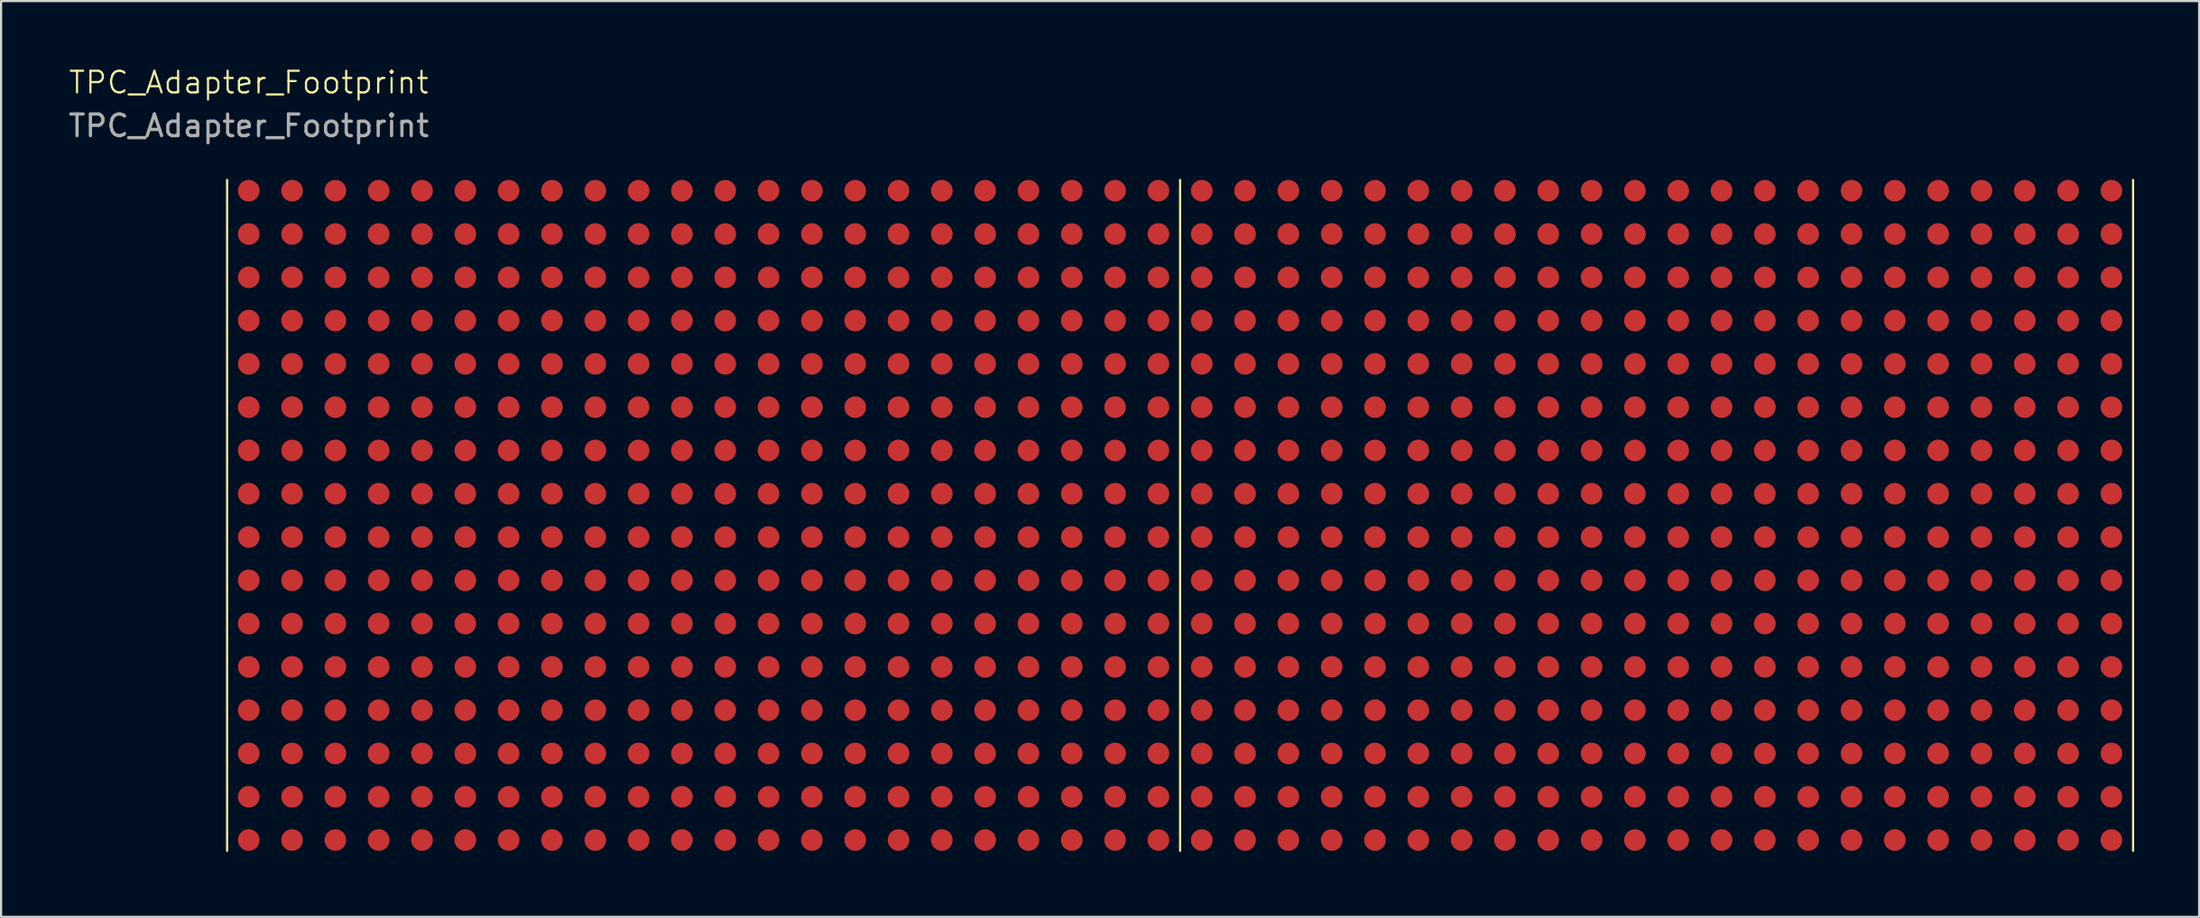
<source format=kicad_pcb>
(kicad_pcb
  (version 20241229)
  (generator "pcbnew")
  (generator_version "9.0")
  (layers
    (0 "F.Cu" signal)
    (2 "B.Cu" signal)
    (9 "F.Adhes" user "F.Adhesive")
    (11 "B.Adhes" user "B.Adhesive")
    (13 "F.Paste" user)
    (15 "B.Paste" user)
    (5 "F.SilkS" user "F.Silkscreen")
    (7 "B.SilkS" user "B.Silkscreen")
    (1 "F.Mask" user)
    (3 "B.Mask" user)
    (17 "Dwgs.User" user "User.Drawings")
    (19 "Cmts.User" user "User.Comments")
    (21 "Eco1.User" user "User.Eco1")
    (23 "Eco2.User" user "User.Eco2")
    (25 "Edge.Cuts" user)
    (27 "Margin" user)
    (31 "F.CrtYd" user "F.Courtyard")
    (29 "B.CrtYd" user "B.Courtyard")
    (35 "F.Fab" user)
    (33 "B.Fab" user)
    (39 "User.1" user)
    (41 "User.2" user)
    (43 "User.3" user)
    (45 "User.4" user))
  (footprint "TPC_Adapter_Footprint"
    (layer "F.Cu")
    (at 8.435 4.261)
    (property "Reference" "TPC_Adapter_Footprint" (at 0 -3.5 0) (unlocked yes) (layer "F.SilkS") (effects (font (size 1 1) (thickness 0.1))))
    (attr smd)
    (fp_line (start -1 1) (end -1 32) (stroke (width 0.1) (type default)) (layer "F.SilkS"))
    (fp_line (start 43 1) (end 43 32) (stroke (width 0.1) (type default)) (layer "F.SilkS"))
    (fp_line (start 87 1) (end 87 32) (stroke (width 0.1) (type default)) (layer "F.SilkS"))
    (fp_circle (center 0 0) (end 1.5 0) (stroke (width 0.1) (type dot)) (fill no) (layer "Margin"))
    (fp_text user "${REFERENCE}" (at 0 -1.5 0) (unlocked yes) (layer "F.Fab") (effects (font (size 1 1) (thickness 0.15))))
    (pad "1" smd circle (at 0 1.5) (size 1 1) (layers "F.Cu" "F.Mask" "F.Paste"))
    (pad "2" smd circle (at 0 3.5) (size 1 1) (layers "F.Cu" "F.Mask" "F.Paste"))
    (pad "3" smd circle (at 0 5.5) (size 1 1) (layers "F.Cu" "F.Mask" "F.Paste"))
    (pad "4" smd circle (at 0 7.5) (size 1 1) (layers "F.Cu" "F.Mask" "F.Paste"))
    (pad "5" smd circle (at 0 9.5) (size 1 1) (layers "F.Cu" "F.Mask" "F.Paste"))
    (pad "6" smd circle (at 0 11.5) (size 1 1) (layers "F.Cu" "F.Mask" "F.Paste"))
    (pad "7" smd circle (at 0 13.5) (size 1 1) (layers "F.Cu" "F.Mask" "F.Paste"))
    (pad "8" smd circle (at 0 15.5) (size 1 1) (layers "F.Cu" "F.Mask" "F.Paste"))
    (pad "9" smd circle (at 0 17.5) (size 1 1) (layers "F.Cu" "F.Mask" "F.Paste"))
    (pad "10" smd circle (at 0 19.5) (size 1 1) (layers "F.Cu" "F.Mask" "F.Paste"))
    (pad "11" smd circle (at 0 21.5) (size 1 1) (layers "F.Cu" "F.Mask" "F.Paste"))
    (pad "12" smd circle (at 0 23.5) (size 1 1) (layers "F.Cu" "F.Mask" "F.Paste"))
    (pad "13" smd circle (at 0 25.5) (size 1 1) (layers "F.Cu" "F.Mask" "F.Paste"))
    (pad "14" smd circle (at 0 27.5) (size 1 1) (layers "F.Cu" "F.Mask" "F.Paste"))
    (pad "15" smd circle (at 0 29.5) (size 1 1) (layers "F.Cu" "F.Mask" "F.Paste"))
    (pad "16" smd circle (at 0 31.5) (size 1 1) (layers "F.Cu" "F.Mask" "F.Paste"))
    (pad "17" smd circle (at 2 1.5) (size 1 1) (layers "F.Cu" "F.Mask" "F.Paste"))
    (pad "18" smd circle (at 2 3.5) (size 1 1) (layers "F.Cu" "F.Mask" "F.Paste"))
    (pad "19" smd circle (at 2 5.5) (size 1 1) (layers "F.Cu" "F.Mask" "F.Paste"))
    (pad "20" smd circle (at 2 7.5) (size 1 1) (layers "F.Cu" "F.Mask" "F.Paste"))
    (pad "21" smd circle (at 2 9.5) (size 1 1) (layers "F.Cu" "F.Mask" "F.Paste"))
    (pad "22" smd circle (at 2 11.5) (size 1 1) (layers "F.Cu" "F.Mask" "F.Paste"))
    (pad "23" smd circle (at 2 13.5) (size 1 1) (layers "F.Cu" "F.Mask" "F.Paste"))
    (pad "24" smd circle (at 2 15.5) (size 1 1) (layers "F.Cu" "F.Mask" "F.Paste"))
    (pad "25" smd circle (at 2 17.5) (size 1 1) (layers "F.Cu" "F.Mask" "F.Paste"))
    (pad "26" smd circle (at 2 19.5) (size 1 1) (layers "F.Cu" "F.Mask" "F.Paste"))
    (pad "27" smd circle (at 2 21.5) (size 1 1) (layers "F.Cu" "F.Mask" "F.Paste"))
    (pad "28" smd circle (at 2 23.5) (size 1 1) (layers "F.Cu" "F.Mask" "F.Paste"))
    (pad "29" smd circle (at 2 25.5) (size 1 1) (layers "F.Cu" "F.Mask" "F.Paste"))
    (pad "30" smd circle (at 2 27.5) (size 1 1) (layers "F.Cu" "F.Mask" "F.Paste"))
    (pad "31" smd circle (at 2 29.5) (size 1 1) (layers "F.Cu" "F.Mask" "F.Paste"))
    (pad "32" smd circle (at 2 31.5) (size 1 1) (layers "F.Cu" "F.Mask" "F.Paste"))
    (pad "33" smd circle (at 4 1.5) (size 1 1) (layers "F.Cu" "F.Mask" "F.Paste"))
    (pad "34" smd circle (at 4 3.5) (size 1 1) (layers "F.Cu" "F.Mask" "F.Paste"))
    (pad "35" smd circle (at 4 5.5) (size 1 1) (layers "F.Cu" "F.Mask" "F.Paste"))
    (pad "36" smd circle (at 4 7.5) (size 1 1) (layers "F.Cu" "F.Mask" "F.Paste"))
    (pad "37" smd circle (at 4 9.5) (size 1 1) (layers "F.Cu" "F.Mask" "F.Paste"))
    (pad "38" smd circle (at 4 11.5) (size 1 1) (layers "F.Cu" "F.Mask" "F.Paste"))
    (pad "39" smd circle (at 4 13.5) (size 1 1) (layers "F.Cu" "F.Mask" "F.Paste"))
    (pad "40" smd circle (at 4 15.5) (size 1 1) (layers "F.Cu" "F.Mask" "F.Paste"))
    (pad "41" smd circle (at 4 17.5) (size 1 1) (layers "F.Cu" "F.Mask" "F.Paste"))
    (pad "42" smd circle (at 4 19.5) (size 1 1) (layers "F.Cu" "F.Mask" "F.Paste"))
    (pad "43" smd circle (at 4 21.5) (size 1 1) (layers "F.Cu" "F.Mask" "F.Paste"))
    (pad "44" smd circle (at 4 23.5) (size 1 1) (layers "F.Cu" "F.Mask" "F.Paste"))
    (pad "45" smd circle (at 4 25.5) (size 1 1) (layers "F.Cu" "F.Mask" "F.Paste"))
    (pad "46" smd circle (at 4 27.5) (size 1 1) (layers "F.Cu" "F.Mask" "F.Paste"))
    (pad "47" smd circle (at 4 29.5) (size 1 1) (layers "F.Cu" "F.Mask" "F.Paste"))
    (pad "48" smd circle (at 4 31.5) (size 1 1) (layers "F.Cu" "F.Mask" "F.Paste"))
    (pad "49" smd circle (at 6 1.5) (size 1 1) (layers "F.Cu" "F.Mask" "F.Paste"))
    (pad "50" smd circle (at 6 3.5) (size 1 1) (layers "F.Cu" "F.Mask" "F.Paste"))
    (pad "51" smd circle (at 6 5.5) (size 1 1) (layers "F.Cu" "F.Mask" "F.Paste"))
    (pad "52" smd circle (at 6 7.5) (size 1 1) (layers "F.Cu" "F.Mask" "F.Paste"))
    (pad "53" smd circle (at 6 9.5) (size 1 1) (layers "F.Cu" "F.Mask" "F.Paste"))
    (pad "54" smd circle (at 6 11.5) (size 1 1) (layers "F.Cu" "F.Mask" "F.Paste"))
    (pad "55" smd circle (at 6 13.5) (size 1 1) (layers "F.Cu" "F.Mask" "F.Paste"))
    (pad "56" smd circle (at 6 15.5) (size 1 1) (layers "F.Cu" "F.Mask" "F.Paste"))
    (pad "57" smd circle (at 6 17.5) (size 1 1) (layers "F.Cu" "F.Mask" "F.Paste"))
    (pad "58" smd circle (at 6 19.5) (size 1 1) (layers "F.Cu" "F.Mask" "F.Paste"))
    (pad "59" smd circle (at 6 21.5) (size 1 1) (layers "F.Cu" "F.Mask" "F.Paste"))
    (pad "60" smd circle (at 6 23.5) (size 1 1) (layers "F.Cu" "F.Mask" "F.Paste"))
    (pad "61" smd circle (at 6 25.5) (size 1 1) (layers "F.Cu" "F.Mask" "F.Paste"))
    (pad "62" smd circle (at 6 27.5) (size 1 1) (layers "F.Cu" "F.Mask" "F.Paste"))
    (pad "63" smd circle (at 6 29.5) (size 1 1) (layers "F.Cu" "F.Mask" "F.Paste"))
    (pad "64" smd circle (at 6 31.5) (size 1 1) (layers "F.Cu" "F.Mask" "F.Paste"))
    (pad "65" smd circle (at 8 1.5) (size 1 1) (layers "F.Cu" "F.Mask" "F.Paste"))
    (pad "66" smd circle (at 8 3.5) (size 1 1) (layers "F.Cu" "F.Mask" "F.Paste"))
    (pad "67" smd circle (at 8 5.5) (size 1 1) (layers "F.Cu" "F.Mask" "F.Paste"))
    (pad "68" smd circle (at 8 7.5) (size 1 1) (layers "F.Cu" "F.Mask" "F.Paste"))
    (pad "69" smd circle (at 8 9.5) (size 1 1) (layers "F.Cu" "F.Mask" "F.Paste"))
    (pad "70" smd circle (at 8 11.5) (size 1 1) (layers "F.Cu" "F.Mask" "F.Paste"))
    (pad "71" smd circle (at 8 13.5) (size 1 1) (layers "F.Cu" "F.Mask" "F.Paste"))
    (pad "72" smd circle (at 8 15.5) (size 1 1) (layers "F.Cu" "F.Mask" "F.Paste"))
    (pad "73" smd circle (at 8 17.5) (size 1 1) (layers "F.Cu" "F.Mask" "F.Paste"))
    (pad "74" smd circle (at 8 19.5) (size 1 1) (layers "F.Cu" "F.Mask" "F.Paste"))
    (pad "75" smd circle (at 8 21.5) (size 1 1) (layers "F.Cu" "F.Mask" "F.Paste"))
    (pad "76" smd circle (at 8 23.5) (size 1 1) (layers "F.Cu" "F.Mask" "F.Paste"))
    (pad "77" smd circle (at 8 25.5) (size 1 1) (layers "F.Cu" "F.Mask" "F.Paste"))
    (pad "78" smd circle (at 8 27.5) (size 1 1) (layers "F.Cu" "F.Mask" "F.Paste"))
    (pad "79" smd circle (at 8 29.5) (size 1 1) (layers "F.Cu" "F.Mask" "F.Paste"))
    (pad "80" smd circle (at 8 31.5) (size 1 1) (layers "F.Cu" "F.Mask" "F.Paste"))
    (pad "81" smd circle (at 10 1.5) (size 1 1) (layers "F.Cu" "F.Mask" "F.Paste"))
    (pad "82" smd circle (at 10 3.5) (size 1 1) (layers "F.Cu" "F.Mask" "F.Paste"))
    (pad "83" smd circle (at 10 5.5) (size 1 1) (layers "F.Cu" "F.Mask" "F.Paste"))
    (pad "84" smd circle (at 10 7.5) (size 1 1) (layers "F.Cu" "F.Mask" "F.Paste"))
    (pad "85" smd circle (at 10 9.5) (size 1 1) (layers "F.Cu" "F.Mask" "F.Paste"))
    (pad "86" smd circle (at 10 11.5) (size 1 1) (layers "F.Cu" "F.Mask" "F.Paste"))
    (pad "87" smd circle (at 10 13.5) (size 1 1) (layers "F.Cu" "F.Mask" "F.Paste"))
    (pad "88" smd circle (at 10 15.5) (size 1 1) (layers "F.Cu" "F.Mask" "F.Paste"))
    (pad "89" smd circle (at 10 17.5) (size 1 1) (layers "F.Cu" "F.Mask" "F.Paste"))
    (pad "90" smd circle (at 10 19.5) (size 1 1) (layers "F.Cu" "F.Mask" "F.Paste"))
    (pad "91" smd circle (at 10 21.5) (size 1 1) (layers "F.Cu" "F.Mask" "F.Paste"))
    (pad "92" smd circle (at 10 23.5) (size 1 1) (layers "F.Cu" "F.Mask" "F.Paste"))
    (pad "93" smd circle (at 10 25.5) (size 1 1) (layers "F.Cu" "F.Mask" "F.Paste"))
    (pad "94" smd circle (at 10 27.5) (size 1 1) (layers "F.Cu" "F.Mask" "F.Paste"))
    (pad "95" smd circle (at 10 29.5) (size 1 1) (layers "F.Cu" "F.Mask" "F.Paste"))
    (pad "96" smd circle (at 10 31.5) (size 1 1) (layers "F.Cu" "F.Mask" "F.Paste"))
    (pad "97" smd circle (at 12 1.5) (size 1 1) (layers "F.Cu" "F.Mask" "F.Paste"))
    (pad "98" smd circle (at 12 3.5) (size 1 1) (layers "F.Cu" "F.Mask" "F.Paste"))
    (pad "99" smd circle (at 12 5.5) (size 1 1) (layers "F.Cu" "F.Mask" "F.Paste"))
    (pad "100" smd circle (at 12 7.5) (size 1 1) (layers "F.Cu" "F.Mask" "F.Paste"))
    (pad "101" smd circle (at 12 9.5) (size 1 1) (layers "F.Cu" "F.Mask" "F.Paste"))
    (pad "102" smd circle (at 12 11.5) (size 1 1) (layers "F.Cu" "F.Mask" "F.Paste"))
    (pad "103" smd circle (at 12 13.5) (size 1 1) (layers "F.Cu" "F.Mask" "F.Paste"))
    (pad "104" smd circle (at 12 15.5) (size 1 1) (layers "F.Cu" "F.Mask" "F.Paste"))
    (pad "105" smd circle (at 12 17.5) (size 1 1) (layers "F.Cu" "F.Mask" "F.Paste"))
    (pad "106" smd circle (at 12 19.5) (size 1 1) (layers "F.Cu" "F.Mask" "F.Paste"))
    (pad "107" smd circle (at 12 21.5) (size 1 1) (layers "F.Cu" "F.Mask" "F.Paste"))
    (pad "108" smd circle (at 12 23.5) (size 1 1) (layers "F.Cu" "F.Mask" "F.Paste"))
    (pad "109" smd circle (at 12 25.5) (size 1 1) (layers "F.Cu" "F.Mask" "F.Paste"))
    (pad "110" smd circle (at 12 27.5) (size 1 1) (layers "F.Cu" "F.Mask" "F.Paste"))
    (pad "111" smd circle (at 12 29.5) (size 1 1) (layers "F.Cu" "F.Mask" "F.Paste"))
    (pad "112" smd circle (at 12 31.5) (size 1 1) (layers "F.Cu" "F.Mask" "F.Paste"))
    (pad "113" smd circle (at 14 1.5) (size 1 1) (layers "F.Cu" "F.Mask" "F.Paste"))
    (pad "114" smd circle (at 14 3.5) (size 1 1) (layers "F.Cu" "F.Mask" "F.Paste"))
    (pad "115" smd circle (at 14 5.5) (size 1 1) (layers "F.Cu" "F.Mask" "F.Paste"))
    (pad "116" smd circle (at 14 7.5) (size 1 1) (layers "F.Cu" "F.Mask" "F.Paste"))
    (pad "117" smd circle (at 14 9.5) (size 1 1) (layers "F.Cu" "F.Mask" "F.Paste"))
    (pad "118" smd circle (at 14 11.5) (size 1 1) (layers "F.Cu" "F.Mask" "F.Paste"))
    (pad "119" smd circle (at 14 13.5) (size 1 1) (layers "F.Cu" "F.Mask" "F.Paste"))
    (pad "120" smd circle (at 14 15.5) (size 1 1) (layers "F.Cu" "F.Mask" "F.Paste"))
    (pad "121" smd circle (at 14 17.5) (size 1 1) (layers "F.Cu" "F.Mask" "F.Paste"))
    (pad "122" smd circle (at 14 19.5) (size 1 1) (layers "F.Cu" "F.Mask" "F.Paste"))
    (pad "123" smd circle (at 14 21.5) (size 1 1) (layers "F.Cu" "F.Mask" "F.Paste"))
    (pad "124" smd circle (at 14 23.5) (size 1 1) (layers "F.Cu" "F.Mask" "F.Paste"))
    (pad "125" smd circle (at 14 25.5) (size 1 1) (layers "F.Cu" "F.Mask" "F.Paste"))
    (pad "126" smd circle (at 14 27.5) (size 1 1) (layers "F.Cu" "F.Mask" "F.Paste"))
    (pad "127" smd circle (at 14 29.5) (size 1 1) (layers "F.Cu" "F.Mask" "F.Paste"))
    (pad "128" smd circle (at 14 31.5) (size 1 1) (layers "F.Cu" "F.Mask" "F.Paste"))
    (pad "129" smd circle (at 16 1.5) (size 1 1) (layers "F.Cu" "F.Mask" "F.Paste"))
    (pad "130" smd circle (at 16 3.5) (size 1 1) (layers "F.Cu" "F.Mask" "F.Paste"))
    (pad "131" smd circle (at 16 5.5) (size 1 1) (layers "F.Cu" "F.Mask" "F.Paste"))
    (pad "132" smd circle (at 16 7.5) (size 1 1) (layers "F.Cu" "F.Mask" "F.Paste"))
    (pad "133" smd circle (at 16 9.5) (size 1 1) (layers "F.Cu" "F.Mask" "F.Paste"))
    (pad "134" smd circle (at 16 11.5) (size 1 1) (layers "F.Cu" "F.Mask" "F.Paste"))
    (pad "135" smd circle (at 16 13.5) (size 1 1) (layers "F.Cu" "F.Mask" "F.Paste"))
    (pad "136" smd circle (at 16 15.5) (size 1 1) (layers "F.Cu" "F.Mask" "F.Paste"))
    (pad "137" smd circle (at 16 17.5) (size 1 1) (layers "F.Cu" "F.Mask" "F.Paste"))
    (pad "138" smd circle (at 16 19.5) (size 1 1) (layers "F.Cu" "F.Mask" "F.Paste"))
    (pad "139" smd circle (at 16 21.5) (size 1 1) (layers "F.Cu" "F.Mask" "F.Paste"))
    (pad "140" smd circle (at 16 23.5) (size 1 1) (layers "F.Cu" "F.Mask" "F.Paste"))
    (pad "141" smd circle (at 16 25.5) (size 1 1) (layers "F.Cu" "F.Mask" "F.Paste"))
    (pad "142" smd circle (at 16 27.5) (size 1 1) (layers "F.Cu" "F.Mask" "F.Paste"))
    (pad "143" smd circle (at 16 29.5) (size 1 1) (layers "F.Cu" "F.Mask" "F.Paste"))
    (pad "144" smd circle (at 16 31.5) (size 1 1) (layers "F.Cu" "F.Mask" "F.Paste"))
    (pad "145" smd circle (at 18 1.5) (size 1 1) (layers "F.Cu" "F.Mask" "F.Paste"))
    (pad "146" smd circle (at 18 3.5) (size 1 1) (layers "F.Cu" "F.Mask" "F.Paste"))
    (pad "147" smd circle (at 18 5.5) (size 1 1) (layers "F.Cu" "F.Mask" "F.Paste"))
    (pad "148" smd circle (at 18 7.5) (size 1 1) (layers "F.Cu" "F.Mask" "F.Paste"))
    (pad "149" smd circle (at 18 9.5) (size 1 1) (layers "F.Cu" "F.Mask" "F.Paste"))
    (pad "150" smd circle (at 18 11.5) (size 1 1) (layers "F.Cu" "F.Mask" "F.Paste"))
    (pad "151" smd circle (at 18 13.5) (size 1 1) (layers "F.Cu" "F.Mask" "F.Paste"))
    (pad "152" smd circle (at 18 15.5) (size 1 1) (layers "F.Cu" "F.Mask" "F.Paste"))
    (pad "153" smd circle (at 18 17.5) (size 1 1) (layers "F.Cu" "F.Mask" "F.Paste"))
    (pad "154" smd circle (at 18 19.5) (size 1 1) (layers "F.Cu" "F.Mask" "F.Paste"))
    (pad "155" smd circle (at 18 21.5) (size 1 1) (layers "F.Cu" "F.Mask" "F.Paste"))
    (pad "156" smd circle (at 18 23.5) (size 1 1) (layers "F.Cu" "F.Mask" "F.Paste"))
    (pad "157" smd circle (at 18 25.5) (size 1 1) (layers "F.Cu" "F.Mask" "F.Paste"))
    (pad "158" smd circle (at 18 27.5) (size 1 1) (layers "F.Cu" "F.Mask" "F.Paste"))
    (pad "159" smd circle (at 18 29.5) (size 1 1) (layers "F.Cu" "F.Mask" "F.Paste"))
    (pad "160" smd circle (at 18 31.5) (size 1 1) (layers "F.Cu" "F.Mask" "F.Paste"))
    (pad "161" smd circle (at 20 1.5) (size 1 1) (layers "F.Cu" "F.Mask" "F.Paste"))
    (pad "162" smd circle (at 20 3.5) (size 1 1) (layers "F.Cu" "F.Mask" "F.Paste"))
    (pad "163" smd circle (at 20 5.5) (size 1 1) (layers "F.Cu" "F.Mask" "F.Paste"))
    (pad "164" smd circle (at 20 7.5) (size 1 1) (layers "F.Cu" "F.Mask" "F.Paste"))
    (pad "165" smd circle (at 20 9.5) (size 1 1) (layers "F.Cu" "F.Mask" "F.Paste"))
    (pad "166" smd circle (at 20 11.5) (size 1 1) (layers "F.Cu" "F.Mask" "F.Paste"))
    (pad "167" smd circle (at 20 13.5) (size 1 1) (layers "F.Cu" "F.Mask" "F.Paste"))
    (pad "168" smd circle (at 20 15.5) (size 1 1) (layers "F.Cu" "F.Mask" "F.Paste"))
    (pad "169" smd circle (at 20 17.5) (size 1 1) (layers "F.Cu" "F.Mask" "F.Paste"))
    (pad "170" smd circle (at 20 19.5) (size 1 1) (layers "F.Cu" "F.Mask" "F.Paste"))
    (pad "171" smd circle (at 20 21.5) (size 1 1) (layers "F.Cu" "F.Mask" "F.Paste"))
    (pad "172" smd circle (at 20 23.5) (size 1 1) (layers "F.Cu" "F.Mask" "F.Paste"))
    (pad "173" smd circle (at 20 25.5) (size 1 1) (layers "F.Cu" "F.Mask" "F.Paste"))
    (pad "174" smd circle (at 20 27.5) (size 1 1) (layers "F.Cu" "F.Mask" "F.Paste"))
    (pad "175" smd circle (at 20 29.5) (size 1 1) (layers "F.Cu" "F.Mask" "F.Paste"))
    (pad "176" smd circle (at 20 31.5) (size 1 1) (layers "F.Cu" "F.Mask" "F.Paste"))
    (pad "177" smd circle (at 22 1.5) (size 1 1) (layers "F.Cu" "F.Mask" "F.Paste"))
    (pad "178" smd circle (at 22 3.5) (size 1 1) (layers "F.Cu" "F.Mask" "F.Paste"))
    (pad "179" smd circle (at 22 5.5) (size 1 1) (layers "F.Cu" "F.Mask" "F.Paste"))
    (pad "180" smd circle (at 22 7.5) (size 1 1) (layers "F.Cu" "F.Mask" "F.Paste"))
    (pad "181" smd circle (at 22 9.5) (size 1 1) (layers "F.Cu" "F.Mask" "F.Paste"))
    (pad "182" smd circle (at 22 11.5) (size 1 1) (layers "F.Cu" "F.Mask" "F.Paste"))
    (pad "183" smd circle (at 22 13.5) (size 1 1) (layers "F.Cu" "F.Mask" "F.Paste"))
    (pad "184" smd circle (at 22 15.5) (size 1 1) (layers "F.Cu" "F.Mask" "F.Paste"))
    (pad "185" smd circle (at 22 17.5) (size 1 1) (layers "F.Cu" "F.Mask" "F.Paste"))
    (pad "186" smd circle (at 22 19.5) (size 1 1) (layers "F.Cu" "F.Mask" "F.Paste"))
    (pad "187" smd circle (at 22 21.5) (size 1 1) (layers "F.Cu" "F.Mask" "F.Paste"))
    (pad "188" smd circle (at 22 23.5) (size 1 1) (layers "F.Cu" "F.Mask" "F.Paste"))
    (pad "189" smd circle (at 22 25.5) (size 1 1) (layers "F.Cu" "F.Mask" "F.Paste"))
    (pad "190" smd circle (at 22 27.5) (size 1 1) (layers "F.Cu" "F.Mask" "F.Paste"))
    (pad "191" smd circle (at 22 29.5) (size 1 1) (layers "F.Cu" "F.Mask" "F.Paste"))
    (pad "192" smd circle (at 22 31.5) (size 1 1) (layers "F.Cu" "F.Mask" "F.Paste"))
    (pad "193" smd circle (at 24 1.5) (size 1 1) (layers "F.Cu" "F.Mask" "F.Paste"))
    (pad "194" smd circle (at 24 3.5) (size 1 1) (layers "F.Cu" "F.Mask" "F.Paste"))
    (pad "195" smd circle (at 24 5.5) (size 1 1) (layers "F.Cu" "F.Mask" "F.Paste"))
    (pad "196" smd circle (at 24 7.5) (size 1 1) (layers "F.Cu" "F.Mask" "F.Paste"))
    (pad "197" smd circle (at 24 9.5) (size 1 1) (layers "F.Cu" "F.Mask" "F.Paste"))
    (pad "198" smd circle (at 24 11.5) (size 1 1) (layers "F.Cu" "F.Mask" "F.Paste"))
    (pad "199" smd circle (at 24 13.5) (size 1 1) (layers "F.Cu" "F.Mask" "F.Paste"))
    (pad "200" smd circle (at 24 15.5) (size 1 1) (layers "F.Cu" "F.Mask" "F.Paste"))
    (pad "201" smd circle (at 24 17.5) (size 1 1) (layers "F.Cu" "F.Mask" "F.Paste"))
    (pad "202" smd circle (at 24 19.5) (size 1 1) (layers "F.Cu" "F.Mask" "F.Paste"))
    (pad "203" smd circle (at 24 21.5) (size 1 1) (layers "F.Cu" "F.Mask" "F.Paste"))
    (pad "204" smd circle (at 24 23.5) (size 1 1) (layers "F.Cu" "F.Mask" "F.Paste"))
    (pad "205" smd circle (at 24 25.5) (size 1 1) (layers "F.Cu" "F.Mask" "F.Paste"))
    (pad "206" smd circle (at 24 27.5) (size 1 1) (layers "F.Cu" "F.Mask" "F.Paste"))
    (pad "207" smd circle (at 24 29.5) (size 1 1) (layers "F.Cu" "F.Mask" "F.Paste"))
    (pad "208" smd circle (at 24 31.5) (size 1 1) (layers "F.Cu" "F.Mask" "F.Paste"))
    (pad "209" smd circle (at 26 1.5) (size 1 1) (layers "F.Cu" "F.Mask" "F.Paste"))
    (pad "210" smd circle (at 26 3.5) (size 1 1) (layers "F.Cu" "F.Mask" "F.Paste"))
    (pad "211" smd circle (at 26 5.5) (size 1 1) (layers "F.Cu" "F.Mask" "F.Paste"))
    (pad "212" smd circle (at 26 7.5) (size 1 1) (layers "F.Cu" "F.Mask" "F.Paste"))
    (pad "213" smd circle (at 26 9.5) (size 1 1) (layers "F.Cu" "F.Mask" "F.Paste"))
    (pad "214" smd circle (at 26 11.5) (size 1 1) (layers "F.Cu" "F.Mask" "F.Paste"))
    (pad "215" smd circle (at 26 13.5) (size 1 1) (layers "F.Cu" "F.Mask" "F.Paste"))
    (pad "216" smd circle (at 26 15.5) (size 1 1) (layers "F.Cu" "F.Mask" "F.Paste"))
    (pad "217" smd circle (at 26 17.5) (size 1 1) (layers "F.Cu" "F.Mask" "F.Paste"))
    (pad "218" smd circle (at 26 19.5) (size 1 1) (layers "F.Cu" "F.Mask" "F.Paste"))
    (pad "219" smd circle (at 26 21.5) (size 1 1) (layers "F.Cu" "F.Mask" "F.Paste"))
    (pad "220" smd circle (at 26 23.5) (size 1 1) (layers "F.Cu" "F.Mask" "F.Paste"))
    (pad "221" smd circle (at 26 25.5) (size 1 1) (layers "F.Cu" "F.Mask" "F.Paste"))
    (pad "222" smd circle (at 26 27.5) (size 1 1) (layers "F.Cu" "F.Mask" "F.Paste"))
    (pad "223" smd circle (at 26 29.5) (size 1 1) (layers "F.Cu" "F.Mask" "F.Paste"))
    (pad "224" smd circle (at 26 31.5) (size 1 1) (layers "F.Cu" "F.Mask" "F.Paste"))
    (pad "225" smd circle (at 28 1.5) (size 1 1) (layers "F.Cu" "F.Mask" "F.Paste"))
    (pad "226" smd circle (at 28 3.5) (size 1 1) (layers "F.Cu" "F.Mask" "F.Paste"))
    (pad "227" smd circle (at 28 5.5) (size 1 1) (layers "F.Cu" "F.Mask" "F.Paste"))
    (pad "228" smd circle (at 28 7.5) (size 1 1) (layers "F.Cu" "F.Mask" "F.Paste"))
    (pad "229" smd circle (at 28 9.5) (size 1 1) (layers "F.Cu" "F.Mask" "F.Paste"))
    (pad "230" smd circle (at 28 11.5) (size 1 1) (layers "F.Cu" "F.Mask" "F.Paste"))
    (pad "231" smd circle (at 28 13.5) (size 1 1) (layers "F.Cu" "F.Mask" "F.Paste"))
    (pad "232" smd circle (at 28 15.5) (size 1 1) (layers "F.Cu" "F.Mask" "F.Paste"))
    (pad "233" smd circle (at 28 17.5) (size 1 1) (layers "F.Cu" "F.Mask" "F.Paste"))
    (pad "234" smd circle (at 28 19.5) (size 1 1) (layers "F.Cu" "F.Mask" "F.Paste"))
    (pad "235" smd circle (at 28 21.5) (size 1 1) (layers "F.Cu" "F.Mask" "F.Paste"))
    (pad "236" smd circle (at 28 23.5) (size 1 1) (layers "F.Cu" "F.Mask" "F.Paste"))
    (pad "237" smd circle (at 28 25.5) (size 1 1) (layers "F.Cu" "F.Mask" "F.Paste"))
    (pad "238" smd circle (at 28 27.5) (size 1 1) (layers "F.Cu" "F.Mask" "F.Paste"))
    (pad "239" smd circle (at 28 29.5) (size 1 1) (layers "F.Cu" "F.Mask" "F.Paste"))
    (pad "240" smd circle (at 28 31.5) (size 1 1) (layers "F.Cu" "F.Mask" "F.Paste"))
    (pad "241" smd circle (at 30 1.5) (size 1 1) (layers "F.Cu" "F.Mask" "F.Paste"))
    (pad "242" smd circle (at 30 3.5) (size 1 1) (layers "F.Cu" "F.Mask" "F.Paste"))
    (pad "243" smd circle (at 30 5.5) (size 1 1) (layers "F.Cu" "F.Mask" "F.Paste"))
    (pad "244" smd circle (at 30 7.5) (size 1 1) (layers "F.Cu" "F.Mask" "F.Paste"))
    (pad "245" smd circle (at 30 9.5) (size 1 1) (layers "F.Cu" "F.Mask" "F.Paste"))
    (pad "246" smd circle (at 30 11.5) (size 1 1) (layers "F.Cu" "F.Mask" "F.Paste"))
    (pad "247" smd circle (at 30 13.5) (size 1 1) (layers "F.Cu" "F.Mask" "F.Paste"))
    (pad "248" smd circle (at 30 15.5) (size 1 1) (layers "F.Cu" "F.Mask" "F.Paste"))
    (pad "249" smd circle (at 30 17.5) (size 1 1) (layers "F.Cu" "F.Mask" "F.Paste"))
    (pad "250" smd circle (at 30 19.5) (size 1 1) (layers "F.Cu" "F.Mask" "F.Paste"))
    (pad "251" smd circle (at 30 21.5) (size 1 1) (layers "F.Cu" "F.Mask" "F.Paste"))
    (pad "252" smd circle (at 30 23.5) (size 1 1) (layers "F.Cu" "F.Mask" "F.Paste"))
    (pad "253" smd circle (at 30 25.5) (size 1 1) (layers "F.Cu" "F.Mask" "F.Paste"))
    (pad "254" smd circle (at 30 27.5) (size 1 1) (layers "F.Cu" "F.Mask" "F.Paste"))
    (pad "255" smd circle (at 30 29.5) (size 1 1) (layers "F.Cu" "F.Mask" "F.Paste"))
    (pad "256" smd circle (at 30 31.5) (size 1 1) (layers "F.Cu" "F.Mask" "F.Paste"))
    (pad "257" smd circle (at 32 1.5) (size 1 1) (layers "F.Cu" "F.Mask" "F.Paste"))
    (pad "258" smd circle (at 32 3.5) (size 1 1) (layers "F.Cu" "F.Mask" "F.Paste"))
    (pad "259" smd circle (at 32 5.5) (size 1 1) (layers "F.Cu" "F.Mask" "F.Paste"))
    (pad "260" smd circle (at 32 7.5) (size 1 1) (layers "F.Cu" "F.Mask" "F.Paste"))
    (pad "261" smd circle (at 32 9.5) (size 1 1) (layers "F.Cu" "F.Mask" "F.Paste"))
    (pad "262" smd circle (at 32 11.5) (size 1 1) (layers "F.Cu" "F.Mask" "F.Paste"))
    (pad "263" smd circle (at 32 13.5) (size 1 1) (layers "F.Cu" "F.Mask" "F.Paste"))
    (pad "264" smd circle (at 32 15.5) (size 1 1) (layers "F.Cu" "F.Mask" "F.Paste"))
    (pad "265" smd circle (at 32 17.5) (size 1 1) (layers "F.Cu" "F.Mask" "F.Paste"))
    (pad "266" smd circle (at 32 19.5) (size 1 1) (layers "F.Cu" "F.Mask" "F.Paste"))
    (pad "267" smd circle (at 32 21.5) (size 1 1) (layers "F.Cu" "F.Mask" "F.Paste"))
    (pad "268" smd circle (at 32 23.5) (size 1 1) (layers "F.Cu" "F.Mask" "F.Paste"))
    (pad "269" smd circle (at 32 25.5) (size 1 1) (layers "F.Cu" "F.Mask" "F.Paste"))
    (pad "270" smd circle (at 32 27.5) (size 1 1) (layers "F.Cu" "F.Mask" "F.Paste"))
    (pad "271" smd circle (at 32 29.5) (size 1 1) (layers "F.Cu" "F.Mask" "F.Paste"))
    (pad "272" smd circle (at 32 31.5) (size 1 1) (layers "F.Cu" "F.Mask" "F.Paste"))
    (pad "273" smd circle (at 34 1.5) (size 1 1) (layers "F.Cu" "F.Mask" "F.Paste"))
    (pad "274" smd circle (at 34 3.5) (size 1 1) (layers "F.Cu" "F.Mask" "F.Paste"))
    (pad "275" smd circle (at 34 5.5) (size 1 1) (layers "F.Cu" "F.Mask" "F.Paste"))
    (pad "276" smd circle (at 34 7.5) (size 1 1) (layers "F.Cu" "F.Mask" "F.Paste"))
    (pad "277" smd circle (at 34 9.5) (size 1 1) (layers "F.Cu" "F.Mask" "F.Paste"))
    (pad "278" smd circle (at 34 11.5) (size 1 1) (layers "F.Cu" "F.Mask" "F.Paste"))
    (pad "279" smd circle (at 34 13.5) (size 1 1) (layers "F.Cu" "F.Mask" "F.Paste"))
    (pad "280" smd circle (at 34 15.5) (size 1 1) (layers "F.Cu" "F.Mask" "F.Paste"))
    (pad "281" smd circle (at 34 17.5) (size 1 1) (layers "F.Cu" "F.Mask" "F.Paste"))
    (pad "282" smd circle (at 34 19.5) (size 1 1) (layers "F.Cu" "F.Mask" "F.Paste"))
    (pad "283" smd circle (at 34 21.5) (size 1 1) (layers "F.Cu" "F.Mask" "F.Paste"))
    (pad "284" smd circle (at 34 23.5) (size 1 1) (layers "F.Cu" "F.Mask" "F.Paste"))
    (pad "285" smd circle (at 34 25.5) (size 1 1) (layers "F.Cu" "F.Mask" "F.Paste"))
    (pad "286" smd circle (at 34 27.5) (size 1 1) (layers "F.Cu" "F.Mask" "F.Paste"))
    (pad "287" smd circle (at 34 29.5) (size 1 1) (layers "F.Cu" "F.Mask" "F.Paste"))
    (pad "288" smd circle (at 34 31.5) (size 1 1) (layers "F.Cu" "F.Mask" "F.Paste"))
    (pad "289" smd circle (at 36 1.5) (size 1 1) (layers "F.Cu" "F.Mask" "F.Paste"))
    (pad "290" smd circle (at 36 3.5) (size 1 1) (layers "F.Cu" "F.Mask" "F.Paste"))
    (pad "291" smd circle (at 36 5.5) (size 1 1) (layers "F.Cu" "F.Mask" "F.Paste"))
    (pad "292" smd circle (at 36 7.5) (size 1 1) (layers "F.Cu" "F.Mask" "F.Paste"))
    (pad "293" smd circle (at 36 9.5) (size 1 1) (layers "F.Cu" "F.Mask" "F.Paste"))
    (pad "294" smd circle (at 36 11.5) (size 1 1) (layers "F.Cu" "F.Mask" "F.Paste"))
    (pad "295" smd circle (at 36 13.5) (size 1 1) (layers "F.Cu" "F.Mask" "F.Paste"))
    (pad "296" smd circle (at 36 15.5) (size 1 1) (layers "F.Cu" "F.Mask" "F.Paste"))
    (pad "297" smd circle (at 36 17.5) (size 1 1) (layers "F.Cu" "F.Mask" "F.Paste"))
    (pad "298" smd circle (at 36 19.5) (size 1 1) (layers "F.Cu" "F.Mask" "F.Paste"))
    (pad "299" smd circle (at 36 21.5) (size 1 1) (layers "F.Cu" "F.Mask" "F.Paste"))
    (pad "300" smd circle (at 36 23.5) (size 1 1) (layers "F.Cu" "F.Mask" "F.Paste"))
    (pad "301" smd circle (at 36 25.5) (size 1 1) (layers "F.Cu" "F.Mask" "F.Paste"))
    (pad "302" smd circle (at 36 27.5) (size 1 1) (layers "F.Cu" "F.Mask" "F.Paste"))
    (pad "303" smd circle (at 36 29.5) (size 1 1) (layers "F.Cu" "F.Mask" "F.Paste"))
    (pad "304" smd circle (at 36 31.5) (size 1 1) (layers "F.Cu" "F.Mask" "F.Paste"))
    (pad "305" smd circle (at 38 1.5) (size 1 1) (layers "F.Cu" "F.Mask" "F.Paste"))
    (pad "306" smd circle (at 38 3.5) (size 1 1) (layers "F.Cu" "F.Mask" "F.Paste"))
    (pad "307" smd circle (at 38 5.5) (size 1 1) (layers "F.Cu" "F.Mask" "F.Paste"))
    (pad "308" smd circle (at 38 7.5) (size 1 1) (layers "F.Cu" "F.Mask" "F.Paste"))
    (pad "309" smd circle (at 38 9.5) (size 1 1) (layers "F.Cu" "F.Mask" "F.Paste"))
    (pad "310" smd circle (at 38 11.5) (size 1 1) (layers "F.Cu" "F.Mask" "F.Paste"))
    (pad "311" smd circle (at 38 13.5) (size 1 1) (layers "F.Cu" "F.Mask" "F.Paste"))
    (pad "312" smd circle (at 38 15.5) (size 1 1) (layers "F.Cu" "F.Mask" "F.Paste"))
    (pad "313" smd circle (at 38 17.5) (size 1 1) (layers "F.Cu" "F.Mask" "F.Paste"))
    (pad "314" smd circle (at 38 19.5) (size 1 1) (layers "F.Cu" "F.Mask" "F.Paste"))
    (pad "315" smd circle (at 38 21.5) (size 1 1) (layers "F.Cu" "F.Mask" "F.Paste"))
    (pad "316" smd circle (at 38 23.5) (size 1 1) (layers "F.Cu" "F.Mask" "F.Paste"))
    (pad "317" smd circle (at 38 25.5) (size 1 1) (layers "F.Cu" "F.Mask" "F.Paste"))
    (pad "318" smd circle (at 38 27.5) (size 1 1) (layers "F.Cu" "F.Mask" "F.Paste"))
    (pad "319" smd circle (at 38 29.5) (size 1 1) (layers "F.Cu" "F.Mask" "F.Paste"))
    (pad "320" smd circle (at 38 31.5) (size 1 1) (layers "F.Cu" "F.Mask" "F.Paste"))
    (pad "321" smd circle (at 40 1.5) (size 1 1) (layers "F.Cu" "F.Mask" "F.Paste"))
    (pad "322" smd circle (at 40 3.5) (size 1 1) (layers "F.Cu" "F.Mask" "F.Paste"))
    (pad "323" smd circle (at 40 5.5) (size 1 1) (layers "F.Cu" "F.Mask" "F.Paste"))
    (pad "324" smd circle (at 40 7.5) (size 1 1) (layers "F.Cu" "F.Mask" "F.Paste"))
    (pad "325" smd circle (at 40 9.5) (size 1 1) (layers "F.Cu" "F.Mask" "F.Paste"))
    (pad "326" smd circle (at 40 11.5) (size 1 1) (layers "F.Cu" "F.Mask" "F.Paste"))
    (pad "327" smd circle (at 40 13.5) (size 1 1) (layers "F.Cu" "F.Mask" "F.Paste"))
    (pad "328" smd circle (at 40 15.5) (size 1 1) (layers "F.Cu" "F.Mask" "F.Paste"))
    (pad "329" smd circle (at 40 17.5) (size 1 1) (layers "F.Cu" "F.Mask" "F.Paste"))
    (pad "330" smd circle (at 40 19.5) (size 1 1) (layers "F.Cu" "F.Mask" "F.Paste"))
    (pad "331" smd circle (at 40 21.5) (size 1 1) (layers "F.Cu" "F.Mask" "F.Paste"))
    (pad "332" smd circle (at 40 23.5) (size 1 1) (layers "F.Cu" "F.Mask" "F.Paste"))
    (pad "333" smd circle (at 40 25.5) (size 1 1) (layers "F.Cu" "F.Mask" "F.Paste"))
    (pad "334" smd circle (at 40 27.5) (size 1 1) (layers "F.Cu" "F.Mask" "F.Paste"))
    (pad "335" smd circle (at 40 29.5) (size 1 1) (layers "F.Cu" "F.Mask" "F.Paste"))
    (pad "336" smd circle (at 40 31.5) (size 1 1) (layers "F.Cu" "F.Mask" "F.Paste"))
    (pad "337" smd circle (at 42 1.5) (size 1 1) (layers "F.Cu" "F.Mask" "F.Paste"))
    (pad "338" smd circle (at 42 3.5) (size 1 1) (layers "F.Cu" "F.Mask" "F.Paste"))
    (pad "339" smd circle (at 42 5.5) (size 1 1) (layers "F.Cu" "F.Mask" "F.Paste"))
    (pad "340" smd circle (at 42 7.5) (size 1 1) (layers "F.Cu" "F.Mask" "F.Paste"))
    (pad "341" smd circle (at 42 9.5) (size 1 1) (layers "F.Cu" "F.Mask" "F.Paste"))
    (pad "342" smd circle (at 42 11.5) (size 1 1) (layers "F.Cu" "F.Mask" "F.Paste"))
    (pad "343" smd circle (at 42 13.5) (size 1 1) (layers "F.Cu" "F.Mask" "F.Paste"))
    (pad "344" smd circle (at 42 15.5) (size 1 1) (layers "F.Cu" "F.Mask" "F.Paste"))
    (pad "345" smd circle (at 42 17.5) (size 1 1) (layers "F.Cu" "F.Mask" "F.Paste"))
    (pad "346" smd circle (at 42 19.5) (size 1 1) (layers "F.Cu" "F.Mask" "F.Paste"))
    (pad "347" smd circle (at 42 21.5) (size 1 1) (layers "F.Cu" "F.Mask" "F.Paste"))
    (pad "348" smd circle (at 42 23.5) (size 1 1) (layers "F.Cu" "F.Mask" "F.Paste"))
    (pad "349" smd circle (at 42 25.5) (size 1 1) (layers "F.Cu" "F.Mask" "F.Paste"))
    (pad "350" smd circle (at 42 27.5) (size 1 1) (layers "F.Cu" "F.Mask" "F.Paste"))
    (pad "351" smd circle (at 42 29.5) (size 1 1) (layers "F.Cu" "F.Mask" "F.Paste"))
    (pad "352" smd circle (at 42 31.5) (size 1 1) (layers "F.Cu" "F.Mask" "F.Paste"))
    (pad "353" smd circle (at 44 1.5) (size 1 1) (layers "F.Cu" "F.Mask" "F.Paste"))
    (pad "354" smd circle (at 44 3.5) (size 1 1) (layers "F.Cu" "F.Mask" "F.Paste"))
    (pad "355" smd circle (at 44 5.5) (size 1 1) (layers "F.Cu" "F.Mask" "F.Paste"))
    (pad "356" smd circle (at 44 7.5) (size 1 1) (layers "F.Cu" "F.Mask" "F.Paste"))
    (pad "357" smd circle (at 44 9.5) (size 1 1) (layers "F.Cu" "F.Mask" "F.Paste"))
    (pad "358" smd circle (at 44 11.5) (size 1 1) (layers "F.Cu" "F.Mask" "F.Paste"))
    (pad "359" smd circle (at 44 13.5) (size 1 1) (layers "F.Cu" "F.Mask" "F.Paste"))
    (pad "360" smd circle (at 44 15.5) (size 1 1) (layers "F.Cu" "F.Mask" "F.Paste"))
    (pad "361" smd circle (at 44 17.5) (size 1 1) (layers "F.Cu" "F.Mask" "F.Paste"))
    (pad "362" smd circle (at 44 19.5) (size 1 1) (layers "F.Cu" "F.Mask" "F.Paste"))
    (pad "363" smd circle (at 44 21.5) (size 1 1) (layers "F.Cu" "F.Mask" "F.Paste"))
    (pad "364" smd circle (at 44 23.5) (size 1 1) (layers "F.Cu" "F.Mask" "F.Paste"))
    (pad "365" smd circle (at 44 25.5) (size 1 1) (layers "F.Cu" "F.Mask" "F.Paste"))
    (pad "366" smd circle (at 44 27.5) (size 1 1) (layers "F.Cu" "F.Mask" "F.Paste"))
    (pad "367" smd circle (at 44 29.5) (size 1 1) (layers "F.Cu" "F.Mask" "F.Paste"))
    (pad "368" smd circle (at 44 31.5) (size 1 1) (layers "F.Cu" "F.Mask" "F.Paste"))
    (pad "369" smd circle (at 46 1.5) (size 1 1) (layers "F.Cu" "F.Mask" "F.Paste"))
    (pad "370" smd circle (at 46 3.5) (size 1 1) (layers "F.Cu" "F.Mask" "F.Paste"))
    (pad "371" smd circle (at 46 5.5) (size 1 1) (layers "F.Cu" "F.Mask" "F.Paste"))
    (pad "372" smd circle (at 46 7.5) (size 1 1) (layers "F.Cu" "F.Mask" "F.Paste"))
    (pad "373" smd circle (at 46 9.5) (size 1 1) (layers "F.Cu" "F.Mask" "F.Paste"))
    (pad "374" smd circle (at 46 11.5) (size 1 1) (layers "F.Cu" "F.Mask" "F.Paste"))
    (pad "375" smd circle (at 46 13.5) (size 1 1) (layers "F.Cu" "F.Mask" "F.Paste"))
    (pad "376" smd circle (at 46 15.5) (size 1 1) (layers "F.Cu" "F.Mask" "F.Paste"))
    (pad "377" smd circle (at 46 17.5) (size 1 1) (layers "F.Cu" "F.Mask" "F.Paste"))
    (pad "378" smd circle (at 46 19.5) (size 1 1) (layers "F.Cu" "F.Mask" "F.Paste"))
    (pad "379" smd circle (at 46 21.5) (size 1 1) (layers "F.Cu" "F.Mask" "F.Paste"))
    (pad "380" smd circle (at 46 23.5) (size 1 1) (layers "F.Cu" "F.Mask" "F.Paste"))
    (pad "381" smd circle (at 46 25.5) (size 1 1) (layers "F.Cu" "F.Mask" "F.Paste"))
    (pad "382" smd circle (at 46 27.5) (size 1 1) (layers "F.Cu" "F.Mask" "F.Paste"))
    (pad "383" smd circle (at 46 29.5) (size 1 1) (layers "F.Cu" "F.Mask" "F.Paste"))
    (pad "384" smd circle (at 46 31.5) (size 1 1) (layers "F.Cu" "F.Mask" "F.Paste"))
    (pad "385" smd circle (at 48 1.5) (size 1 1) (layers "F.Cu" "F.Mask" "F.Paste"))
    (pad "386" smd circle (at 48 3.5) (size 1 1) (layers "F.Cu" "F.Mask" "F.Paste"))
    (pad "387" smd circle (at 48 5.5) (size 1 1) (layers "F.Cu" "F.Mask" "F.Paste"))
    (pad "388" smd circle (at 48 7.5) (size 1 1) (layers "F.Cu" "F.Mask" "F.Paste"))
    (pad "389" smd circle (at 48 9.5) (size 1 1) (layers "F.Cu" "F.Mask" "F.Paste"))
    (pad "390" smd circle (at 48 11.5) (size 1 1) (layers "F.Cu" "F.Mask" "F.Paste"))
    (pad "391" smd circle (at 48 13.5) (size 1 1) (layers "F.Cu" "F.Mask" "F.Paste"))
    (pad "392" smd circle (at 48 15.5) (size 1 1) (layers "F.Cu" "F.Mask" "F.Paste"))
    (pad "393" smd circle (at 48 17.5) (size 1 1) (layers "F.Cu" "F.Mask" "F.Paste"))
    (pad "394" smd circle (at 48 19.5) (size 1 1) (layers "F.Cu" "F.Mask" "F.Paste"))
    (pad "395" smd circle (at 48 21.5) (size 1 1) (layers "F.Cu" "F.Mask" "F.Paste"))
    (pad "396" smd circle (at 48 23.5) (size 1 1) (layers "F.Cu" "F.Mask" "F.Paste"))
    (pad "397" smd circle (at 48 25.5) (size 1 1) (layers "F.Cu" "F.Mask" "F.Paste"))
    (pad "398" smd circle (at 48 27.5) (size 1 1) (layers "F.Cu" "F.Mask" "F.Paste"))
    (pad "399" smd circle (at 48 29.5) (size 1 1) (layers "F.Cu" "F.Mask" "F.Paste"))
    (pad "400" smd circle (at 48 31.5) (size 1 1) (layers "F.Cu" "F.Mask" "F.Paste"))
    (pad "401" smd circle (at 50 1.5) (size 1 1) (layers "F.Cu" "F.Mask" "F.Paste"))
    (pad "402" smd circle (at 50 3.5) (size 1 1) (layers "F.Cu" "F.Mask" "F.Paste"))
    (pad "403" smd circle (at 50 5.5) (size 1 1) (layers "F.Cu" "F.Mask" "F.Paste"))
    (pad "404" smd circle (at 50 7.5) (size 1 1) (layers "F.Cu" "F.Mask" "F.Paste"))
    (pad "405" smd circle (at 50 9.5) (size 1 1) (layers "F.Cu" "F.Mask" "F.Paste"))
    (pad "406" smd circle (at 50 11.5) (size 1 1) (layers "F.Cu" "F.Mask" "F.Paste"))
    (pad "407" smd circle (at 50 13.5) (size 1 1) (layers "F.Cu" "F.Mask" "F.Paste"))
    (pad "408" smd circle (at 50 15.5) (size 1 1) (layers "F.Cu" "F.Mask" "F.Paste"))
    (pad "409" smd circle (at 50 17.5) (size 1 1) (layers "F.Cu" "F.Mask" "F.Paste"))
    (pad "410" smd circle (at 50 19.5) (size 1 1) (layers "F.Cu" "F.Mask" "F.Paste"))
    (pad "411" smd circle (at 50 21.5) (size 1 1) (layers "F.Cu" "F.Mask" "F.Paste"))
    (pad "412" smd circle (at 50 23.5) (size 1 1) (layers "F.Cu" "F.Mask" "F.Paste"))
    (pad "413" smd circle (at 50 25.5) (size 1 1) (layers "F.Cu" "F.Mask" "F.Paste"))
    (pad "414" smd circle (at 50 27.5) (size 1 1) (layers "F.Cu" "F.Mask" "F.Paste"))
    (pad "415" smd circle (at 50 29.5) (size 1 1) (layers "F.Cu" "F.Mask" "F.Paste"))
    (pad "416" smd circle (at 50 31.5) (size 1 1) (layers "F.Cu" "F.Mask" "F.Paste"))
    (pad "417" smd circle (at 52 1.5) (size 1 1) (layers "F.Cu" "F.Mask" "F.Paste"))
    (pad "418" smd circle (at 52 3.5) (size 1 1) (layers "F.Cu" "F.Mask" "F.Paste"))
    (pad "419" smd circle (at 52 5.5) (size 1 1) (layers "F.Cu" "F.Mask" "F.Paste"))
    (pad "420" smd circle (at 52 7.5) (size 1 1) (layers "F.Cu" "F.Mask" "F.Paste"))
    (pad "421" smd circle (at 52 9.5) (size 1 1) (layers "F.Cu" "F.Mask" "F.Paste"))
    (pad "422" smd circle (at 52 11.5) (size 1 1) (layers "F.Cu" "F.Mask" "F.Paste"))
    (pad "423" smd circle (at 52 13.5) (size 1 1) (layers "F.Cu" "F.Mask" "F.Paste"))
    (pad "424" smd circle (at 52 15.5) (size 1 1) (layers "F.Cu" "F.Mask" "F.Paste"))
    (pad "425" smd circle (at 52 17.5) (size 1 1) (layers "F.Cu" "F.Mask" "F.Paste"))
    (pad "426" smd circle (at 52 19.5) (size 1 1) (layers "F.Cu" "F.Mask" "F.Paste"))
    (pad "427" smd circle (at 52 21.5) (size 1 1) (layers "F.Cu" "F.Mask" "F.Paste"))
    (pad "428" smd circle (at 52 23.5) (size 1 1) (layers "F.Cu" "F.Mask" "F.Paste"))
    (pad "429" smd circle (at 52 25.5) (size 1 1) (layers "F.Cu" "F.Mask" "F.Paste"))
    (pad "430" smd circle (at 52 27.5) (size 1 1) (layers "F.Cu" "F.Mask" "F.Paste"))
    (pad "431" smd circle (at 52 29.5) (size 1 1) (layers "F.Cu" "F.Mask" "F.Paste"))
    (pad "432" smd circle (at 52 31.5) (size 1 1) (layers "F.Cu" "F.Mask" "F.Paste"))
    (pad "433" smd circle (at 54 1.5) (size 1 1) (layers "F.Cu" "F.Mask" "F.Paste"))
    (pad "434" smd circle (at 54 3.5) (size 1 1) (layers "F.Cu" "F.Mask" "F.Paste"))
    (pad "435" smd circle (at 54 5.5) (size 1 1) (layers "F.Cu" "F.Mask" "F.Paste"))
    (pad "436" smd circle (at 54 7.5) (size 1 1) (layers "F.Cu" "F.Mask" "F.Paste"))
    (pad "437" smd circle (at 54 9.5) (size 1 1) (layers "F.Cu" "F.Mask" "F.Paste"))
    (pad "438" smd circle (at 54 11.5) (size 1 1) (layers "F.Cu" "F.Mask" "F.Paste"))
    (pad "439" smd circle (at 54 13.5) (size 1 1) (layers "F.Cu" "F.Mask" "F.Paste"))
    (pad "440" smd circle (at 54 15.5) (size 1 1) (layers "F.Cu" "F.Mask" "F.Paste"))
    (pad "441" smd circle (at 54 17.5) (size 1 1) (layers "F.Cu" "F.Mask" "F.Paste"))
    (pad "442" smd circle (at 54 19.5) (size 1 1) (layers "F.Cu" "F.Mask" "F.Paste"))
    (pad "443" smd circle (at 54 21.5) (size 1 1) (layers "F.Cu" "F.Mask" "F.Paste"))
    (pad "444" smd circle (at 54 23.5) (size 1 1) (layers "F.Cu" "F.Mask" "F.Paste"))
    (pad "445" smd circle (at 54 25.5) (size 1 1) (layers "F.Cu" "F.Mask" "F.Paste"))
    (pad "446" smd circle (at 54 27.5) (size 1 1) (layers "F.Cu" "F.Mask" "F.Paste"))
    (pad "447" smd circle (at 54 29.5) (size 1 1) (layers "F.Cu" "F.Mask" "F.Paste"))
    (pad "448" smd circle (at 54 31.5) (size 1 1) (layers "F.Cu" "F.Mask" "F.Paste"))
    (pad "449" smd circle (at 56 1.5) (size 1 1) (layers "F.Cu" "F.Mask" "F.Paste"))
    (pad "450" smd circle (at 56 3.5) (size 1 1) (layers "F.Cu" "F.Mask" "F.Paste"))
    (pad "451" smd circle (at 56 5.5) (size 1 1) (layers "F.Cu" "F.Mask" "F.Paste"))
    (pad "452" smd circle (at 56 7.5) (size 1 1) (layers "F.Cu" "F.Mask" "F.Paste"))
    (pad "453" smd circle (at 56 9.5) (size 1 1) (layers "F.Cu" "F.Mask" "F.Paste"))
    (pad "454" smd circle (at 56 11.5) (size 1 1) (layers "F.Cu" "F.Mask" "F.Paste"))
    (pad "455" smd circle (at 56 13.5) (size 1 1) (layers "F.Cu" "F.Mask" "F.Paste"))
    (pad "456" smd circle (at 56 15.5) (size 1 1) (layers "F.Cu" "F.Mask" "F.Paste"))
    (pad "457" smd circle (at 56 17.5) (size 1 1) (layers "F.Cu" "F.Mask" "F.Paste"))
    (pad "458" smd circle (at 56 19.5) (size 1 1) (layers "F.Cu" "F.Mask" "F.Paste"))
    (pad "459" smd circle (at 56 21.5) (size 1 1) (layers "F.Cu" "F.Mask" "F.Paste"))
    (pad "460" smd circle (at 56 23.5) (size 1 1) (layers "F.Cu" "F.Mask" "F.Paste"))
    (pad "461" smd circle (at 56 25.5) (size 1 1) (layers "F.Cu" "F.Mask" "F.Paste"))
    (pad "462" smd circle (at 56 27.5) (size 1 1) (layers "F.Cu" "F.Mask" "F.Paste"))
    (pad "463" smd circle (at 56 29.5) (size 1 1) (layers "F.Cu" "F.Mask" "F.Paste"))
    (pad "464" smd circle (at 56 31.5) (size 1 1) (layers "F.Cu" "F.Mask" "F.Paste"))
    (pad "465" smd circle (at 58 1.5) (size 1 1) (layers "F.Cu" "F.Mask" "F.Paste"))
    (pad "466" smd circle (at 58 3.5) (size 1 1) (layers "F.Cu" "F.Mask" "F.Paste"))
    (pad "467" smd circle (at 58 5.5) (size 1 1) (layers "F.Cu" "F.Mask" "F.Paste"))
    (pad "468" smd circle (at 58 7.5) (size 1 1) (layers "F.Cu" "F.Mask" "F.Paste"))
    (pad "469" smd circle (at 58 9.5) (size 1 1) (layers "F.Cu" "F.Mask" "F.Paste"))
    (pad "470" smd circle (at 58 11.5) (size 1 1) (layers "F.Cu" "F.Mask" "F.Paste"))
    (pad "471" smd circle (at 58 13.5) (size 1 1) (layers "F.Cu" "F.Mask" "F.Paste"))
    (pad "472" smd circle (at 58 15.5) (size 1 1) (layers "F.Cu" "F.Mask" "F.Paste"))
    (pad "473" smd circle (at 58 17.5) (size 1 1) (layers "F.Cu" "F.Mask" "F.Paste"))
    (pad "474" smd circle (at 58 19.5) (size 1 1) (layers "F.Cu" "F.Mask" "F.Paste"))
    (pad "475" smd circle (at 58 21.5) (size 1 1) (layers "F.Cu" "F.Mask" "F.Paste"))
    (pad "476" smd circle (at 58 23.5) (size 1 1) (layers "F.Cu" "F.Mask" "F.Paste"))
    (pad "477" smd circle (at 58 25.5) (size 1 1) (layers "F.Cu" "F.Mask" "F.Paste"))
    (pad "478" smd circle (at 58 27.5) (size 1 1) (layers "F.Cu" "F.Mask" "F.Paste"))
    (pad "479" smd circle (at 58 29.5) (size 1 1) (layers "F.Cu" "F.Mask" "F.Paste"))
    (pad "480" smd circle (at 58 31.5) (size 1 1) (layers "F.Cu" "F.Mask" "F.Paste"))
    (pad "481" smd circle (at 60 1.5) (size 1 1) (layers "F.Cu" "F.Mask" "F.Paste"))
    (pad "482" smd circle (at 60 3.5) (size 1 1) (layers "F.Cu" "F.Mask" "F.Paste"))
    (pad "483" smd circle (at 60 5.5) (size 1 1) (layers "F.Cu" "F.Mask" "F.Paste"))
    (pad "484" smd circle (at 60 7.5) (size 1 1) (layers "F.Cu" "F.Mask" "F.Paste"))
    (pad "485" smd circle (at 60 9.5) (size 1 1) (layers "F.Cu" "F.Mask" "F.Paste"))
    (pad "486" smd circle (at 60 11.5) (size 1 1) (layers "F.Cu" "F.Mask" "F.Paste"))
    (pad "487" smd circle (at 60 13.5) (size 1 1) (layers "F.Cu" "F.Mask" "F.Paste"))
    (pad "488" smd circle (at 60 15.5) (size 1 1) (layers "F.Cu" "F.Mask" "F.Paste"))
    (pad "489" smd circle (at 60 17.5) (size 1 1) (layers "F.Cu" "F.Mask" "F.Paste"))
    (pad "490" smd circle (at 60 19.5) (size 1 1) (layers "F.Cu" "F.Mask" "F.Paste"))
    (pad "491" smd circle (at 60 21.5) (size 1 1) (layers "F.Cu" "F.Mask" "F.Paste"))
    (pad "492" smd circle (at 60 23.5) (size 1 1) (layers "F.Cu" "F.Mask" "F.Paste"))
    (pad "493" smd circle (at 60 25.5) (size 1 1) (layers "F.Cu" "F.Mask" "F.Paste"))
    (pad "494" smd circle (at 60 27.5) (size 1 1) (layers "F.Cu" "F.Mask" "F.Paste"))
    (pad "495" smd circle (at 60 29.5) (size 1 1) (layers "F.Cu" "F.Mask" "F.Paste"))
    (pad "496" smd circle (at 60 31.5) (size 1 1) (layers "F.Cu" "F.Mask" "F.Paste"))
    (pad "497" smd circle (at 62 1.5) (size 1 1) (layers "F.Cu" "F.Mask" "F.Paste"))
    (pad "498" smd circle (at 62 3.5) (size 1 1) (layers "F.Cu" "F.Mask" "F.Paste"))
    (pad "499" smd circle (at 62 5.5) (size 1 1) (layers "F.Cu" "F.Mask" "F.Paste"))
    (pad "500" smd circle (at 62 7.5) (size 1 1) (layers "F.Cu" "F.Mask" "F.Paste"))
    (pad "501" smd circle (at 62 9.5) (size 1 1) (layers "F.Cu" "F.Mask" "F.Paste"))
    (pad "502" smd circle (at 62 11.5) (size 1 1) (layers "F.Cu" "F.Mask" "F.Paste"))
    (pad "503" smd circle (at 62 13.5) (size 1 1) (layers "F.Cu" "F.Mask" "F.Paste"))
    (pad "504" smd circle (at 62 15.5) (size 1 1) (layers "F.Cu" "F.Mask" "F.Paste"))
    (pad "505" smd circle (at 62 17.5) (size 1 1) (layers "F.Cu" "F.Mask" "F.Paste"))
    (pad "506" smd circle (at 62 19.5) (size 1 1) (layers "F.Cu" "F.Mask" "F.Paste"))
    (pad "507" smd circle (at 62 21.5) (size 1 1) (layers "F.Cu" "F.Mask" "F.Paste"))
    (pad "508" smd circle (at 62 23.5) (size 1 1) (layers "F.Cu" "F.Mask" "F.Paste"))
    (pad "509" smd circle (at 62 25.5) (size 1 1) (layers "F.Cu" "F.Mask" "F.Paste"))
    (pad "510" smd circle (at 62 27.5) (size 1 1) (layers "F.Cu" "F.Mask" "F.Paste"))
    (pad "511" smd circle (at 62 29.5) (size 1 1) (layers "F.Cu" "F.Mask" "F.Paste"))
    (pad "512" smd circle (at 62 31.5) (size 1 1) (layers "F.Cu" "F.Mask" "F.Paste"))
    (pad "513" smd circle (at 64 1.5) (size 1 1) (layers "F.Cu" "F.Mask" "F.Paste"))
    (pad "514" smd circle (at 64 3.5) (size 1 1) (layers "F.Cu" "F.Mask" "F.Paste"))
    (pad "515" smd circle (at 64 5.5) (size 1 1) (layers "F.Cu" "F.Mask" "F.Paste"))
    (pad "516" smd circle (at 64 7.5) (size 1 1) (layers "F.Cu" "F.Mask" "F.Paste"))
    (pad "517" smd circle (at 64 9.5) (size 1 1) (layers "F.Cu" "F.Mask" "F.Paste"))
    (pad "518" smd circle (at 64 11.5) (size 1 1) (layers "F.Cu" "F.Mask" "F.Paste"))
    (pad "519" smd circle (at 64 13.5) (size 1 1) (layers "F.Cu" "F.Mask" "F.Paste"))
    (pad "520" smd circle (at 64 15.5) (size 1 1) (layers "F.Cu" "F.Mask" "F.Paste"))
    (pad "521" smd circle (at 64 17.5) (size 1 1) (layers "F.Cu" "F.Mask" "F.Paste"))
    (pad "522" smd circle (at 64 19.5) (size 1 1) (layers "F.Cu" "F.Mask" "F.Paste"))
    (pad "523" smd circle (at 64 21.5) (size 1 1) (layers "F.Cu" "F.Mask" "F.Paste"))
    (pad "524" smd circle (at 64 23.5) (size 1 1) (layers "F.Cu" "F.Mask" "F.Paste"))
    (pad "525" smd circle (at 64 25.5) (size 1 1) (layers "F.Cu" "F.Mask" "F.Paste"))
    (pad "526" smd circle (at 64 27.5) (size 1 1) (layers "F.Cu" "F.Mask" "F.Paste"))
    (pad "527" smd circle (at 64 29.5) (size 1 1) (layers "F.Cu" "F.Mask" "F.Paste"))
    (pad "528" smd circle (at 64 31.5) (size 1 1) (layers "F.Cu" "F.Mask" "F.Paste"))
    (pad "529" smd circle (at 66 1.5) (size 1 1) (layers "F.Cu" "F.Mask" "F.Paste"))
    (pad "530" smd circle (at 66 3.5) (size 1 1) (layers "F.Cu" "F.Mask" "F.Paste"))
    (pad "531" smd circle (at 66 5.5) (size 1 1) (layers "F.Cu" "F.Mask" "F.Paste"))
    (pad "532" smd circle (at 66 7.5) (size 1 1) (layers "F.Cu" "F.Mask" "F.Paste"))
    (pad "533" smd circle (at 66 9.5) (size 1 1) (layers "F.Cu" "F.Mask" "F.Paste"))
    (pad "534" smd circle (at 66 11.5) (size 1 1) (layers "F.Cu" "F.Mask" "F.Paste"))
    (pad "535" smd circle (at 66 13.5) (size 1 1) (layers "F.Cu" "F.Mask" "F.Paste"))
    (pad "536" smd circle (at 66 15.5) (size 1 1) (layers "F.Cu" "F.Mask" "F.Paste"))
    (pad "537" smd circle (at 66 17.5) (size 1 1) (layers "F.Cu" "F.Mask" "F.Paste"))
    (pad "538" smd circle (at 66 19.5) (size 1 1) (layers "F.Cu" "F.Mask" "F.Paste"))
    (pad "539" smd circle (at 66 21.5) (size 1 1) (layers "F.Cu" "F.Mask" "F.Paste"))
    (pad "540" smd circle (at 66 23.5) (size 1 1) (layers "F.Cu" "F.Mask" "F.Paste"))
    (pad "541" smd circle (at 66 25.5) (size 1 1) (layers "F.Cu" "F.Mask" "F.Paste"))
    (pad "542" smd circle (at 66 27.5) (size 1 1) (layers "F.Cu" "F.Mask" "F.Paste"))
    (pad "543" smd circle (at 66 29.5) (size 1 1) (layers "F.Cu" "F.Mask" "F.Paste"))
    (pad "544" smd circle (at 66 31.5) (size 1 1) (layers "F.Cu" "F.Mask" "F.Paste"))
    (pad "545" smd circle (at 68 1.5) (size 1 1) (layers "F.Cu" "F.Mask" "F.Paste"))
    (pad "546" smd circle (at 68 3.5) (size 1 1) (layers "F.Cu" "F.Mask" "F.Paste"))
    (pad "547" smd circle (at 68 5.5) (size 1 1) (layers "F.Cu" "F.Mask" "F.Paste"))
    (pad "548" smd circle (at 68 7.5) (size 1 1) (layers "F.Cu" "F.Mask" "F.Paste"))
    (pad "549" smd circle (at 68 9.5) (size 1 1) (layers "F.Cu" "F.Mask" "F.Paste"))
    (pad "550" smd circle (at 68 11.5) (size 1 1) (layers "F.Cu" "F.Mask" "F.Paste"))
    (pad "551" smd circle (at 68 13.5) (size 1 1) (layers "F.Cu" "F.Mask" "F.Paste"))
    (pad "552" smd circle (at 68 15.5) (size 1 1) (layers "F.Cu" "F.Mask" "F.Paste"))
    (pad "553" smd circle (at 68 17.5) (size 1 1) (layers "F.Cu" "F.Mask" "F.Paste"))
    (pad "554" smd circle (at 68 19.5) (size 1 1) (layers "F.Cu" "F.Mask" "F.Paste"))
    (pad "555" smd circle (at 68 21.5) (size 1 1) (layers "F.Cu" "F.Mask" "F.Paste"))
    (pad "556" smd circle (at 68 23.5) (size 1 1) (layers "F.Cu" "F.Mask" "F.Paste"))
    (pad "557" smd circle (at 68 25.5) (size 1 1) (layers "F.Cu" "F.Mask" "F.Paste"))
    (pad "558" smd circle (at 68 27.5) (size 1 1) (layers "F.Cu" "F.Mask" "F.Paste"))
    (pad "559" smd circle (at 68 29.5) (size 1 1) (layers "F.Cu" "F.Mask" "F.Paste"))
    (pad "560" smd circle (at 68 31.5) (size 1 1) (layers "F.Cu" "F.Mask" "F.Paste"))
    (pad "561" smd circle (at 70 1.5) (size 1 1) (layers "F.Cu" "F.Mask" "F.Paste"))
    (pad "562" smd circle (at 70 3.5) (size 1 1) (layers "F.Cu" "F.Mask" "F.Paste"))
    (pad "563" smd circle (at 70 5.5) (size 1 1) (layers "F.Cu" "F.Mask" "F.Paste"))
    (pad "564" smd circle (at 70 7.5) (size 1 1) (layers "F.Cu" "F.Mask" "F.Paste"))
    (pad "565" smd circle (at 70 9.5) (size 1 1) (layers "F.Cu" "F.Mask" "F.Paste"))
    (pad "566" smd circle (at 70 11.5) (size 1 1) (layers "F.Cu" "F.Mask" "F.Paste"))
    (pad "567" smd circle (at 70 13.5) (size 1 1) (layers "F.Cu" "F.Mask" "F.Paste"))
    (pad "568" smd circle (at 70 15.5) (size 1 1) (layers "F.Cu" "F.Mask" "F.Paste"))
    (pad "569" smd circle (at 70 17.5) (size 1 1) (layers "F.Cu" "F.Mask" "F.Paste"))
    (pad "570" smd circle (at 70 19.5) (size 1 1) (layers "F.Cu" "F.Mask" "F.Paste"))
    (pad "571" smd circle (at 70 21.5) (size 1 1) (layers "F.Cu" "F.Mask" "F.Paste"))
    (pad "572" smd circle (at 70 23.5) (size 1 1) (layers "F.Cu" "F.Mask" "F.Paste"))
    (pad "573" smd circle (at 70 25.5) (size 1 1) (layers "F.Cu" "F.Mask" "F.Paste"))
    (pad "574" smd circle (at 70 27.5) (size 1 1) (layers "F.Cu" "F.Mask" "F.Paste"))
    (pad "575" smd circle (at 70 29.5) (size 1 1) (layers "F.Cu" "F.Mask" "F.Paste"))
    (pad "576" smd circle (at 70 31.5) (size 1 1) (layers "F.Cu" "F.Mask" "F.Paste"))
    (pad "577" smd circle (at 72 1.5) (size 1 1) (layers "F.Cu" "F.Mask" "F.Paste"))
    (pad "578" smd circle (at 72 3.5) (size 1 1) (layers "F.Cu" "F.Mask" "F.Paste"))
    (pad "579" smd circle (at 72 5.5) (size 1 1) (layers "F.Cu" "F.Mask" "F.Paste"))
    (pad "580" smd circle (at 72 7.5) (size 1 1) (layers "F.Cu" "F.Mask" "F.Paste"))
    (pad "581" smd circle (at 72 9.5) (size 1 1) (layers "F.Cu" "F.Mask" "F.Paste"))
    (pad "582" smd circle (at 72 11.5) (size 1 1) (layers "F.Cu" "F.Mask" "F.Paste"))
    (pad "583" smd circle (at 72 13.5) (size 1 1) (layers "F.Cu" "F.Mask" "F.Paste"))
    (pad "584" smd circle (at 72 15.5) (size 1 1) (layers "F.Cu" "F.Mask" "F.Paste"))
    (pad "585" smd circle (at 72 17.5) (size 1 1) (layers "F.Cu" "F.Mask" "F.Paste"))
    (pad "586" smd circle (at 72 19.5) (size 1 1) (layers "F.Cu" "F.Mask" "F.Paste"))
    (pad "587" smd circle (at 72 21.5) (size 1 1) (layers "F.Cu" "F.Mask" "F.Paste"))
    (pad "588" smd circle (at 72 23.5) (size 1 1) (layers "F.Cu" "F.Mask" "F.Paste"))
    (pad "589" smd circle (at 72 25.5) (size 1 1) (layers "F.Cu" "F.Mask" "F.Paste"))
    (pad "590" smd circle (at 72 27.5) (size 1 1) (layers "F.Cu" "F.Mask" "F.Paste"))
    (pad "591" smd circle (at 72 29.5) (size 1 1) (layers "F.Cu" "F.Mask" "F.Paste"))
    (pad "592" smd circle (at 72 31.5) (size 1 1) (layers "F.Cu" "F.Mask" "F.Paste"))
    (pad "593" smd circle (at 74 1.5) (size 1 1) (layers "F.Cu" "F.Mask" "F.Paste"))
    (pad "594" smd circle (at 74 3.5) (size 1 1) (layers "F.Cu" "F.Mask" "F.Paste"))
    (pad "595" smd circle (at 74 5.5) (size 1 1) (layers "F.Cu" "F.Mask" "F.Paste"))
    (pad "596" smd circle (at 74 7.5) (size 1 1) (layers "F.Cu" "F.Mask" "F.Paste"))
    (pad "597" smd circle (at 74 9.5) (size 1 1) (layers "F.Cu" "F.Mask" "F.Paste"))
    (pad "598" smd circle (at 74 11.5) (size 1 1) (layers "F.Cu" "F.Mask" "F.Paste"))
    (pad "599" smd circle (at 74 13.5) (size 1 1) (layers "F.Cu" "F.Mask" "F.Paste"))
    (pad "600" smd circle (at 74 15.5) (size 1 1) (layers "F.Cu" "F.Mask" "F.Paste"))
    (pad "601" smd circle (at 74 17.5) (size 1 1) (layers "F.Cu" "F.Mask" "F.Paste"))
    (pad "602" smd circle (at 74 19.5) (size 1 1) (layers "F.Cu" "F.Mask" "F.Paste"))
    (pad "603" smd circle (at 74 21.5) (size 1 1) (layers "F.Cu" "F.Mask" "F.Paste"))
    (pad "604" smd circle (at 74 23.5) (size 1 1) (layers "F.Cu" "F.Mask" "F.Paste"))
    (pad "605" smd circle (at 74 25.5) (size 1 1) (layers "F.Cu" "F.Mask" "F.Paste"))
    (pad "606" smd circle (at 74 27.5) (size 1 1) (layers "F.Cu" "F.Mask" "F.Paste"))
    (pad "607" smd circle (at 74 29.5) (size 1 1) (layers "F.Cu" "F.Mask" "F.Paste"))
    (pad "608" smd circle (at 74 31.5) (size 1 1) (layers "F.Cu" "F.Mask" "F.Paste"))
    (pad "609" smd circle (at 76 1.5) (size 1 1) (layers "F.Cu" "F.Mask" "F.Paste"))
    (pad "610" smd circle (at 76 3.5) (size 1 1) (layers "F.Cu" "F.Mask" "F.Paste"))
    (pad "611" smd circle (at 76 5.5) (size 1 1) (layers "F.Cu" "F.Mask" "F.Paste"))
    (pad "612" smd circle (at 76 7.5) (size 1 1) (layers "F.Cu" "F.Mask" "F.Paste"))
    (pad "613" smd circle (at 76 9.5) (size 1 1) (layers "F.Cu" "F.Mask" "F.Paste"))
    (pad "614" smd circle (at 76 11.5) (size 1 1) (layers "F.Cu" "F.Mask" "F.Paste"))
    (pad "615" smd circle (at 76 13.5) (size 1 1) (layers "F.Cu" "F.Mask" "F.Paste"))
    (pad "616" smd circle (at 76 15.5) (size 1 1) (layers "F.Cu" "F.Mask" "F.Paste"))
    (pad "617" smd circle (at 76 17.5) (size 1 1) (layers "F.Cu" "F.Mask" "F.Paste"))
    (pad "618" smd circle (at 76 19.5) (size 1 1) (layers "F.Cu" "F.Mask" "F.Paste"))
    (pad "619" smd circle (at 76 21.5) (size 1 1) (layers "F.Cu" "F.Mask" "F.Paste"))
    (pad "620" smd circle (at 76 23.5) (size 1 1) (layers "F.Cu" "F.Mask" "F.Paste"))
    (pad "621" smd circle (at 76 25.5) (size 1 1) (layers "F.Cu" "F.Mask" "F.Paste"))
    (pad "622" smd circle (at 76 27.5) (size 1 1) (layers "F.Cu" "F.Mask" "F.Paste"))
    (pad "623" smd circle (at 76 29.5) (size 1 1) (layers "F.Cu" "F.Mask" "F.Paste"))
    (pad "624" smd circle (at 76 31.5) (size 1 1) (layers "F.Cu" "F.Mask" "F.Paste"))
    (pad "625" smd circle (at 78 1.5) (size 1 1) (layers "F.Cu" "F.Mask" "F.Paste"))
    (pad "626" smd circle (at 78 3.5) (size 1 1) (layers "F.Cu" "F.Mask" "F.Paste"))
    (pad "627" smd circle (at 78 5.5) (size 1 1) (layers "F.Cu" "F.Mask" "F.Paste"))
    (pad "628" smd circle (at 78 7.5) (size 1 1) (layers "F.Cu" "F.Mask" "F.Paste"))
    (pad "629" smd circle (at 78 9.5) (size 1 1) (layers "F.Cu" "F.Mask" "F.Paste"))
    (pad "630" smd circle (at 78 11.5) (size 1 1) (layers "F.Cu" "F.Mask" "F.Paste"))
    (pad "631" smd circle (at 78 13.5) (size 1 1) (layers "F.Cu" "F.Mask" "F.Paste"))
    (pad "632" smd circle (at 78 15.5) (size 1 1) (layers "F.Cu" "F.Mask" "F.Paste"))
    (pad "633" smd circle (at 78 17.5) (size 1 1) (layers "F.Cu" "F.Mask" "F.Paste"))
    (pad "634" smd circle (at 78 19.5) (size 1 1) (layers "F.Cu" "F.Mask" "F.Paste"))
    (pad "635" smd circle (at 78 21.5) (size 1 1) (layers "F.Cu" "F.Mask" "F.Paste"))
    (pad "636" smd circle (at 78 23.5) (size 1 1) (layers "F.Cu" "F.Mask" "F.Paste"))
    (pad "637" smd circle (at 78 25.5) (size 1 1) (layers "F.Cu" "F.Mask" "F.Paste"))
    (pad "638" smd circle (at 78 27.5) (size 1 1) (layers "F.Cu" "F.Mask" "F.Paste"))
    (pad "639" smd circle (at 78 29.5) (size 1 1) (layers "F.Cu" "F.Mask" "F.Paste"))
    (pad "640" smd circle (at 78 31.5) (size 1 1) (layers "F.Cu" "F.Mask" "F.Paste"))
    (pad "641" smd circle (at 80 1.5) (size 1 1) (layers "F.Cu" "F.Mask" "F.Paste"))
    (pad "642" smd circle (at 80 3.5) (size 1 1) (layers "F.Cu" "F.Mask" "F.Paste"))
    (pad "643" smd circle (at 80 5.5) (size 1 1) (layers "F.Cu" "F.Mask" "F.Paste"))
    (pad "644" smd circle (at 80 7.5) (size 1 1) (layers "F.Cu" "F.Mask" "F.Paste"))
    (pad "645" smd circle (at 80 9.5) (size 1 1) (layers "F.Cu" "F.Mask" "F.Paste"))
    (pad "646" smd circle (at 80 11.5) (size 1 1) (layers "F.Cu" "F.Mask" "F.Paste"))
    (pad "647" smd circle (at 80 13.5) (size 1 1) (layers "F.Cu" "F.Mask" "F.Paste"))
    (pad "648" smd circle (at 80 15.5) (size 1 1) (layers "F.Cu" "F.Mask" "F.Paste"))
    (pad "649" smd circle (at 80 17.5) (size 1 1) (layers "F.Cu" "F.Mask" "F.Paste"))
    (pad "650" smd circle (at 80 19.5) (size 1 1) (layers "F.Cu" "F.Mask" "F.Paste"))
    (pad "651" smd circle (at 80 21.5) (size 1 1) (layers "F.Cu" "F.Mask" "F.Paste"))
    (pad "652" smd circle (at 80 23.5) (size 1 1) (layers "F.Cu" "F.Mask" "F.Paste"))
    (pad "653" smd circle (at 80 25.5) (size 1 1) (layers "F.Cu" "F.Mask" "F.Paste"))
    (pad "654" smd circle (at 80 27.5) (size 1 1) (layers "F.Cu" "F.Mask" "F.Paste"))
    (pad "655" smd circle (at 80 29.5) (size 1 1) (layers "F.Cu" "F.Mask" "F.Paste"))
    (pad "656" smd circle (at 80 31.5) (size 1 1) (layers "F.Cu" "F.Mask" "F.Paste"))
    (pad "657" smd circle (at 82 1.5) (size 1 1) (layers "F.Cu" "F.Mask" "F.Paste"))
    (pad "658" smd circle (at 82 3.5) (size 1 1) (layers "F.Cu" "F.Mask" "F.Paste"))
    (pad "659" smd circle (at 82 5.5) (size 1 1) (layers "F.Cu" "F.Mask" "F.Paste"))
    (pad "660" smd circle (at 82 7.5) (size 1 1) (layers "F.Cu" "F.Mask" "F.Paste"))
    (pad "661" smd circle (at 82 9.5) (size 1 1) (layers "F.Cu" "F.Mask" "F.Paste"))
    (pad "662" smd circle (at 82 11.5) (size 1 1) (layers "F.Cu" "F.Mask" "F.Paste"))
    (pad "663" smd circle (at 82 13.5) (size 1 1) (layers "F.Cu" "F.Mask" "F.Paste"))
    (pad "664" smd circle (at 82 15.5) (size 1 1) (layers "F.Cu" "F.Mask" "F.Paste"))
    (pad "665" smd circle (at 82 17.5) (size 1 1) (layers "F.Cu" "F.Mask" "F.Paste"))
    (pad "666" smd circle (at 82 19.5) (size 1 1) (layers "F.Cu" "F.Mask" "F.Paste"))
    (pad "667" smd circle (at 82 21.5) (size 1 1) (layers "F.Cu" "F.Mask" "F.Paste"))
    (pad "668" smd circle (at 82 23.5) (size 1 1) (layers "F.Cu" "F.Mask" "F.Paste"))
    (pad "669" smd circle (at 82 25.5) (size 1 1) (layers "F.Cu" "F.Mask" "F.Paste"))
    (pad "670" smd circle (at 82 27.5) (size 1 1) (layers "F.Cu" "F.Mask" "F.Paste"))
    (pad "671" smd circle (at 82 29.5) (size 1 1) (layers "F.Cu" "F.Mask" "F.Paste"))
    (pad "672" smd circle (at 82 31.5) (size 1 1) (layers "F.Cu" "F.Mask" "F.Paste"))
    (pad "673" smd circle (at 84 1.5) (size 1 1) (layers "F.Cu" "F.Mask" "F.Paste"))
    (pad "674" smd circle (at 84 3.5) (size 1 1) (layers "F.Cu" "F.Mask" "F.Paste"))
    (pad "675" smd circle (at 84 5.5) (size 1 1) (layers "F.Cu" "F.Mask" "F.Paste"))
    (pad "676" smd circle (at 84 7.5) (size 1 1) (layers "F.Cu" "F.Mask" "F.Paste"))
    (pad "677" smd circle (at 84 9.5) (size 1 1) (layers "F.Cu" "F.Mask" "F.Paste"))
    (pad "678" smd circle (at 84 11.5) (size 1 1) (layers "F.Cu" "F.Mask" "F.Paste"))
    (pad "679" smd circle (at 84 13.5) (size 1 1) (layers "F.Cu" "F.Mask" "F.Paste"))
    (pad "680" smd circle (at 84 15.5) (size 1 1) (layers "F.Cu" "F.Mask" "F.Paste"))
    (pad "681" smd circle (at 84 17.5) (size 1 1) (layers "F.Cu" "F.Mask" "F.Paste"))
    (pad "682" smd circle (at 84 19.5) (size 1 1) (layers "F.Cu" "F.Mask" "F.Paste"))
    (pad "683" smd circle (at 84 21.5) (size 1 1) (layers "F.Cu" "F.Mask" "F.Paste"))
    (pad "684" smd circle (at 84 23.5) (size 1 1) (layers "F.Cu" "F.Mask" "F.Paste"))
    (pad "685" smd circle (at 84 25.5) (size 1 1) (layers "F.Cu" "F.Mask" "F.Paste"))
    (pad "686" smd circle (at 84 27.5) (size 1 1) (layers "F.Cu" "F.Mask" "F.Paste"))
    (pad "687" smd circle (at 84 29.5) (size 1 1) (layers "F.Cu" "F.Mask" "F.Paste"))
    (pad "688" smd circle (at 84 31.5) (size 1 1) (layers "F.Cu" "F.Mask" "F.Paste"))
    (pad "689" smd circle (at 86 1.5) (size 1 1) (layers "F.Cu" "F.Mask" "F.Paste"))
    (pad "690" smd circle (at 86 3.5) (size 1 1) (layers "F.Cu" "F.Mask" "F.Paste"))
    (pad "691" smd circle (at 86 5.5) (size 1 1) (layers "F.Cu" "F.Mask" "F.Paste"))
    (pad "692" smd circle (at 86 7.5) (size 1 1) (layers "F.Cu" "F.Mask" "F.Paste"))
    (pad "693" smd circle (at 86 9.5) (size 1 1) (layers "F.Cu" "F.Mask" "F.Paste"))
    (pad "694" smd circle (at 86 11.5) (size 1 1) (layers "F.Cu" "F.Mask" "F.Paste"))
    (pad "695" smd circle (at 86 13.5) (size 1 1) (layers "F.Cu" "F.Mask" "F.Paste"))
    (pad "696" smd circle (at 86 15.5) (size 1 1) (layers "F.Cu" "F.Mask" "F.Paste"))
    (pad "697" smd circle (at 86 17.5) (size 1 1) (layers "F.Cu" "F.Mask" "F.Paste"))
    (pad "698" smd circle (at 86 19.5) (size 1 1) (layers "F.Cu" "F.Mask" "F.Paste"))
    (pad "699" smd circle (at 86 21.5) (size 1 1) (layers "F.Cu" "F.Mask" "F.Paste"))
    (pad "700" smd circle (at 86 23.5) (size 1 1) (layers "F.Cu" "F.Mask" "F.Paste"))
    (pad "701" smd circle (at 86 25.5) (size 1 1) (layers "F.Cu" "F.Mask" "F.Paste"))
    (pad "702" smd circle (at 86 27.5) (size 1 1) (layers "F.Cu" "F.Mask" "F.Paste"))
    (pad "703" smd circle (at 86 29.5) (size 1 1) (layers "F.Cu" "F.Mask" "F.Paste"))
    (pad "704" smd circle (at 86 31.5) (size 1 1) (layers "F.Cu" "F.Mask" "F.Paste")))
  (gr_rect
    (start -3 -3)
    (end 98.485 39.31)
    (stroke (width 0.1) (type default))
    (fill no)
    (layer "Edge.Cuts")))
</source>
